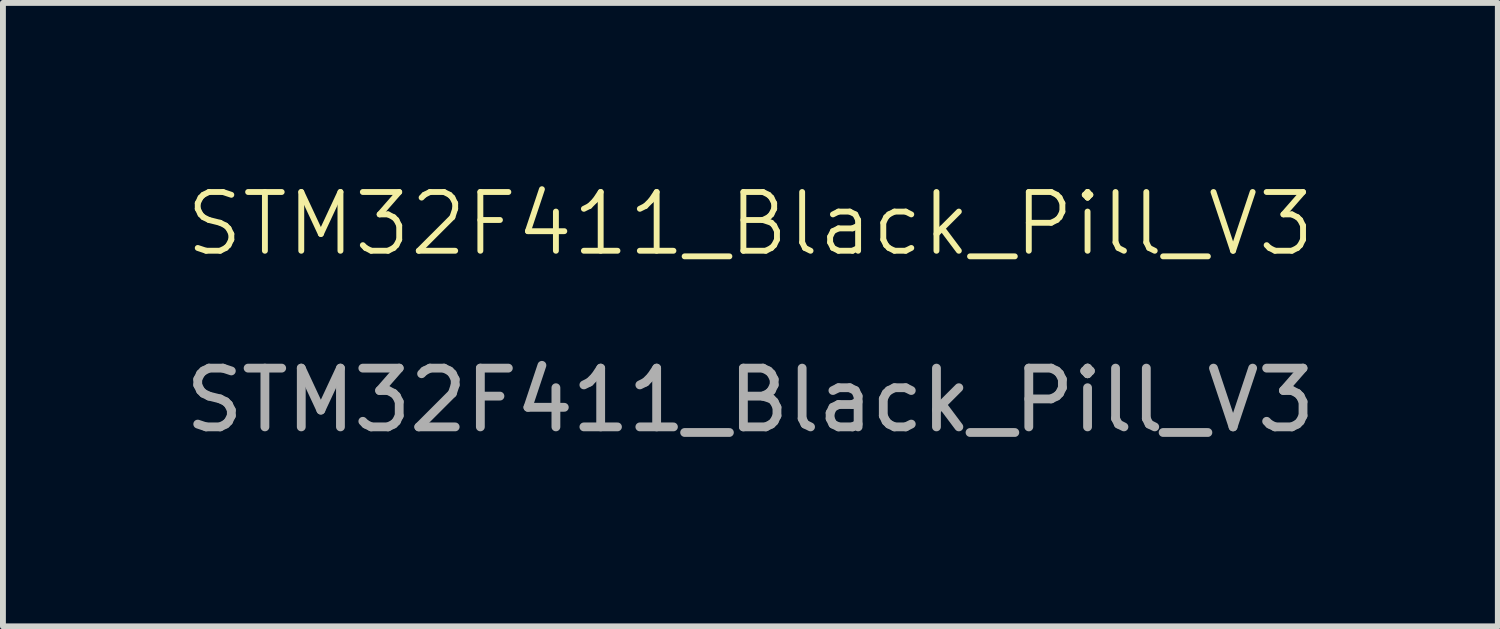
<source format=kicad_pcb>
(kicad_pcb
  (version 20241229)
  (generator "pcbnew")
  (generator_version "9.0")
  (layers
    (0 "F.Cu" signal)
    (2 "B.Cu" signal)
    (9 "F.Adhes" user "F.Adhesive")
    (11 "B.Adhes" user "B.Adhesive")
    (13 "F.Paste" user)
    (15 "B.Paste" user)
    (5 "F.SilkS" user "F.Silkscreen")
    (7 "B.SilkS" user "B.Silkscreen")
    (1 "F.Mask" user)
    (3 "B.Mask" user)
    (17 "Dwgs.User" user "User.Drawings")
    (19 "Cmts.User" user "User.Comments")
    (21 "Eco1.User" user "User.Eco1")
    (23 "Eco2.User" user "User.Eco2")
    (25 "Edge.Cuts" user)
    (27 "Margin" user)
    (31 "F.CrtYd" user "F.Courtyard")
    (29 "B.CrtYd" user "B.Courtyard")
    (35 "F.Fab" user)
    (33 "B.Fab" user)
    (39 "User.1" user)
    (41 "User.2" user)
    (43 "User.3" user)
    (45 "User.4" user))
  (footprint "STM32F411_Black_Pill_V3"
    (layer "F.Cu")
    (at 9.72 1.26)
    (property "Reference" "STM32F411_Black_Pill_V3" (at 0 -0.5 0) (unlocked yes) (layer "F.SilkS") (effects (font (size 1 1) (thickness 0.1))))
    (attr smd)
    (fp_text user "${REFERENCE}" (at 0 2.5 0) (unlocked yes) (layer "F.Fab") (effects (font (size 1 1) (thickness 0.15)))))
  (gr_rect
    (start -3 -3)
    (end 22.44 7.609)
    (stroke (width 0.1) (type default))
    (fill no)
    (layer "Edge.Cuts")))
</source>
